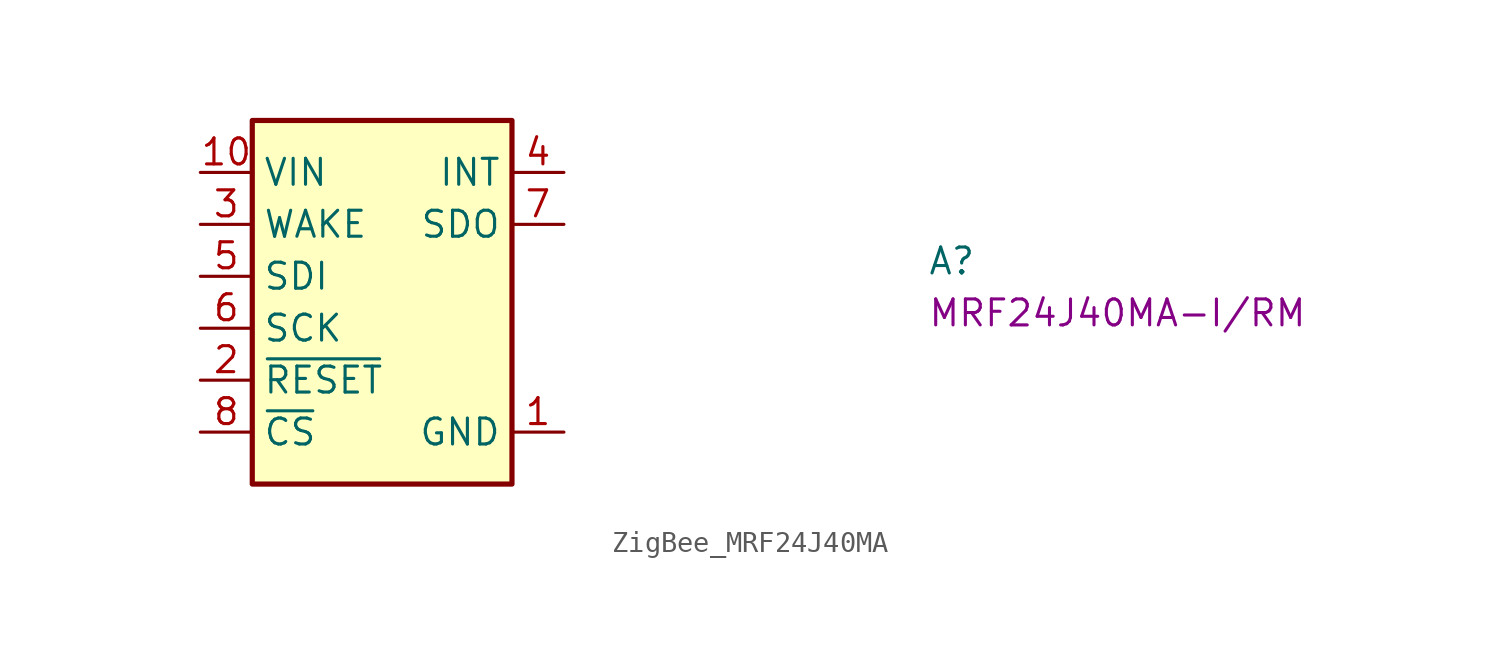
<source format=kicad_sym>
(kicad_symbol_lib
  (version 20220914)
  (generator kicad_symbol_editor)
  (symbol "ZigBee_MRF24J40MA"
    (property "Reference" "A"
      (at 35.56 -5.08 0)
      (effects (font (size 1.27 1.27) (thickness 0.15)) (justify left bottom)))
    (property "MPN" "MRF24J40MA-I/RM"
      (at 35.56 -7.62 0)
      (effects (font (size 1.27 1.27) (thickness 0.15)) (justify left bottom)))
    (symbol "ZigBee_MRF24J40MA_1_1"
      (rectangle (start 2.54 2.54) (end 15.24 -15.24) (stroke (width 0.254) (type default)) (fill (type background)))
      (pin power_in line (at 17.78 -12.7 180) (length 2.54) (name "GND" (effects (font (size 1.27 1.27)))) (number "1" (effects (font (size 1.27 1.27)))))
      (pin power_in line (at 0 0 0) (length 2.54) (name "VIN" (effects (font (size 1.27 1.27)))) (number "10" (effects (font (size 1.27 1.27)))))
      (pin passive line (at 17.78 -12.7 180) (length 2.54) hide (name "GND" (effects (font (size 1.27 1.27)))) (number "11" (effects (font (size 1.27 1.27)))))
      (pin passive line (at 17.78 -12.7 180) (length 2.54) hide (name "GND" (effects (font (size 1.27 1.27)))) (number "12" (effects (font (size 1.27 1.27)))))
      (pin input line (at 0 -10.16 0) (length 2.54) (name "~{RESET}" (effects (font (size 1.27 1.27)))) (number "2" (effects (font (size 1.27 1.27)))))
      (pin input line (at 0 -2.54 0) (length 2.54) (name "WAKE" (effects (font (size 1.27 1.27)))) (number "3" (effects (font (size 1.27 1.27)))))
      (pin output line (at 17.78 0 180) (length 2.54) (name "INT" (effects (font (size 1.27 1.27)))) (number "4" (effects (font (size 1.27 1.27)))))
      (pin input line (at 0 -5.08 0) (length 2.54) (name "SDI" (effects (font (size 1.27 1.27)))) (number "5" (effects (font (size 1.27 1.27)))))
      (pin input line (at 0 -7.62 0) (length 2.54) (name "SCK" (effects (font (size 1.27 1.27)))) (number "6" (effects (font (size 1.27 1.27)))))
      (pin output line (at 17.78 -2.54 180) (length 2.54) (name "SDO" (effects (font (size 1.27 1.27)))) (number "7" (effects (font (size 1.27 1.27)))))
      (pin input line (at 0 -12.7 0) (length 2.54) (name "~{CS}" (effects (font (size 1.27 1.27)))) (number "8" (effects (font (size 1.27 1.27)))))
      (pin no_connect line (at 15.24 -5.08 180) (length 2.54) hide (name "NC" (effects (font (size 1.27 1.27)))) (number "9" (effects (font (size 1.27 1.27))))))))
</source>
